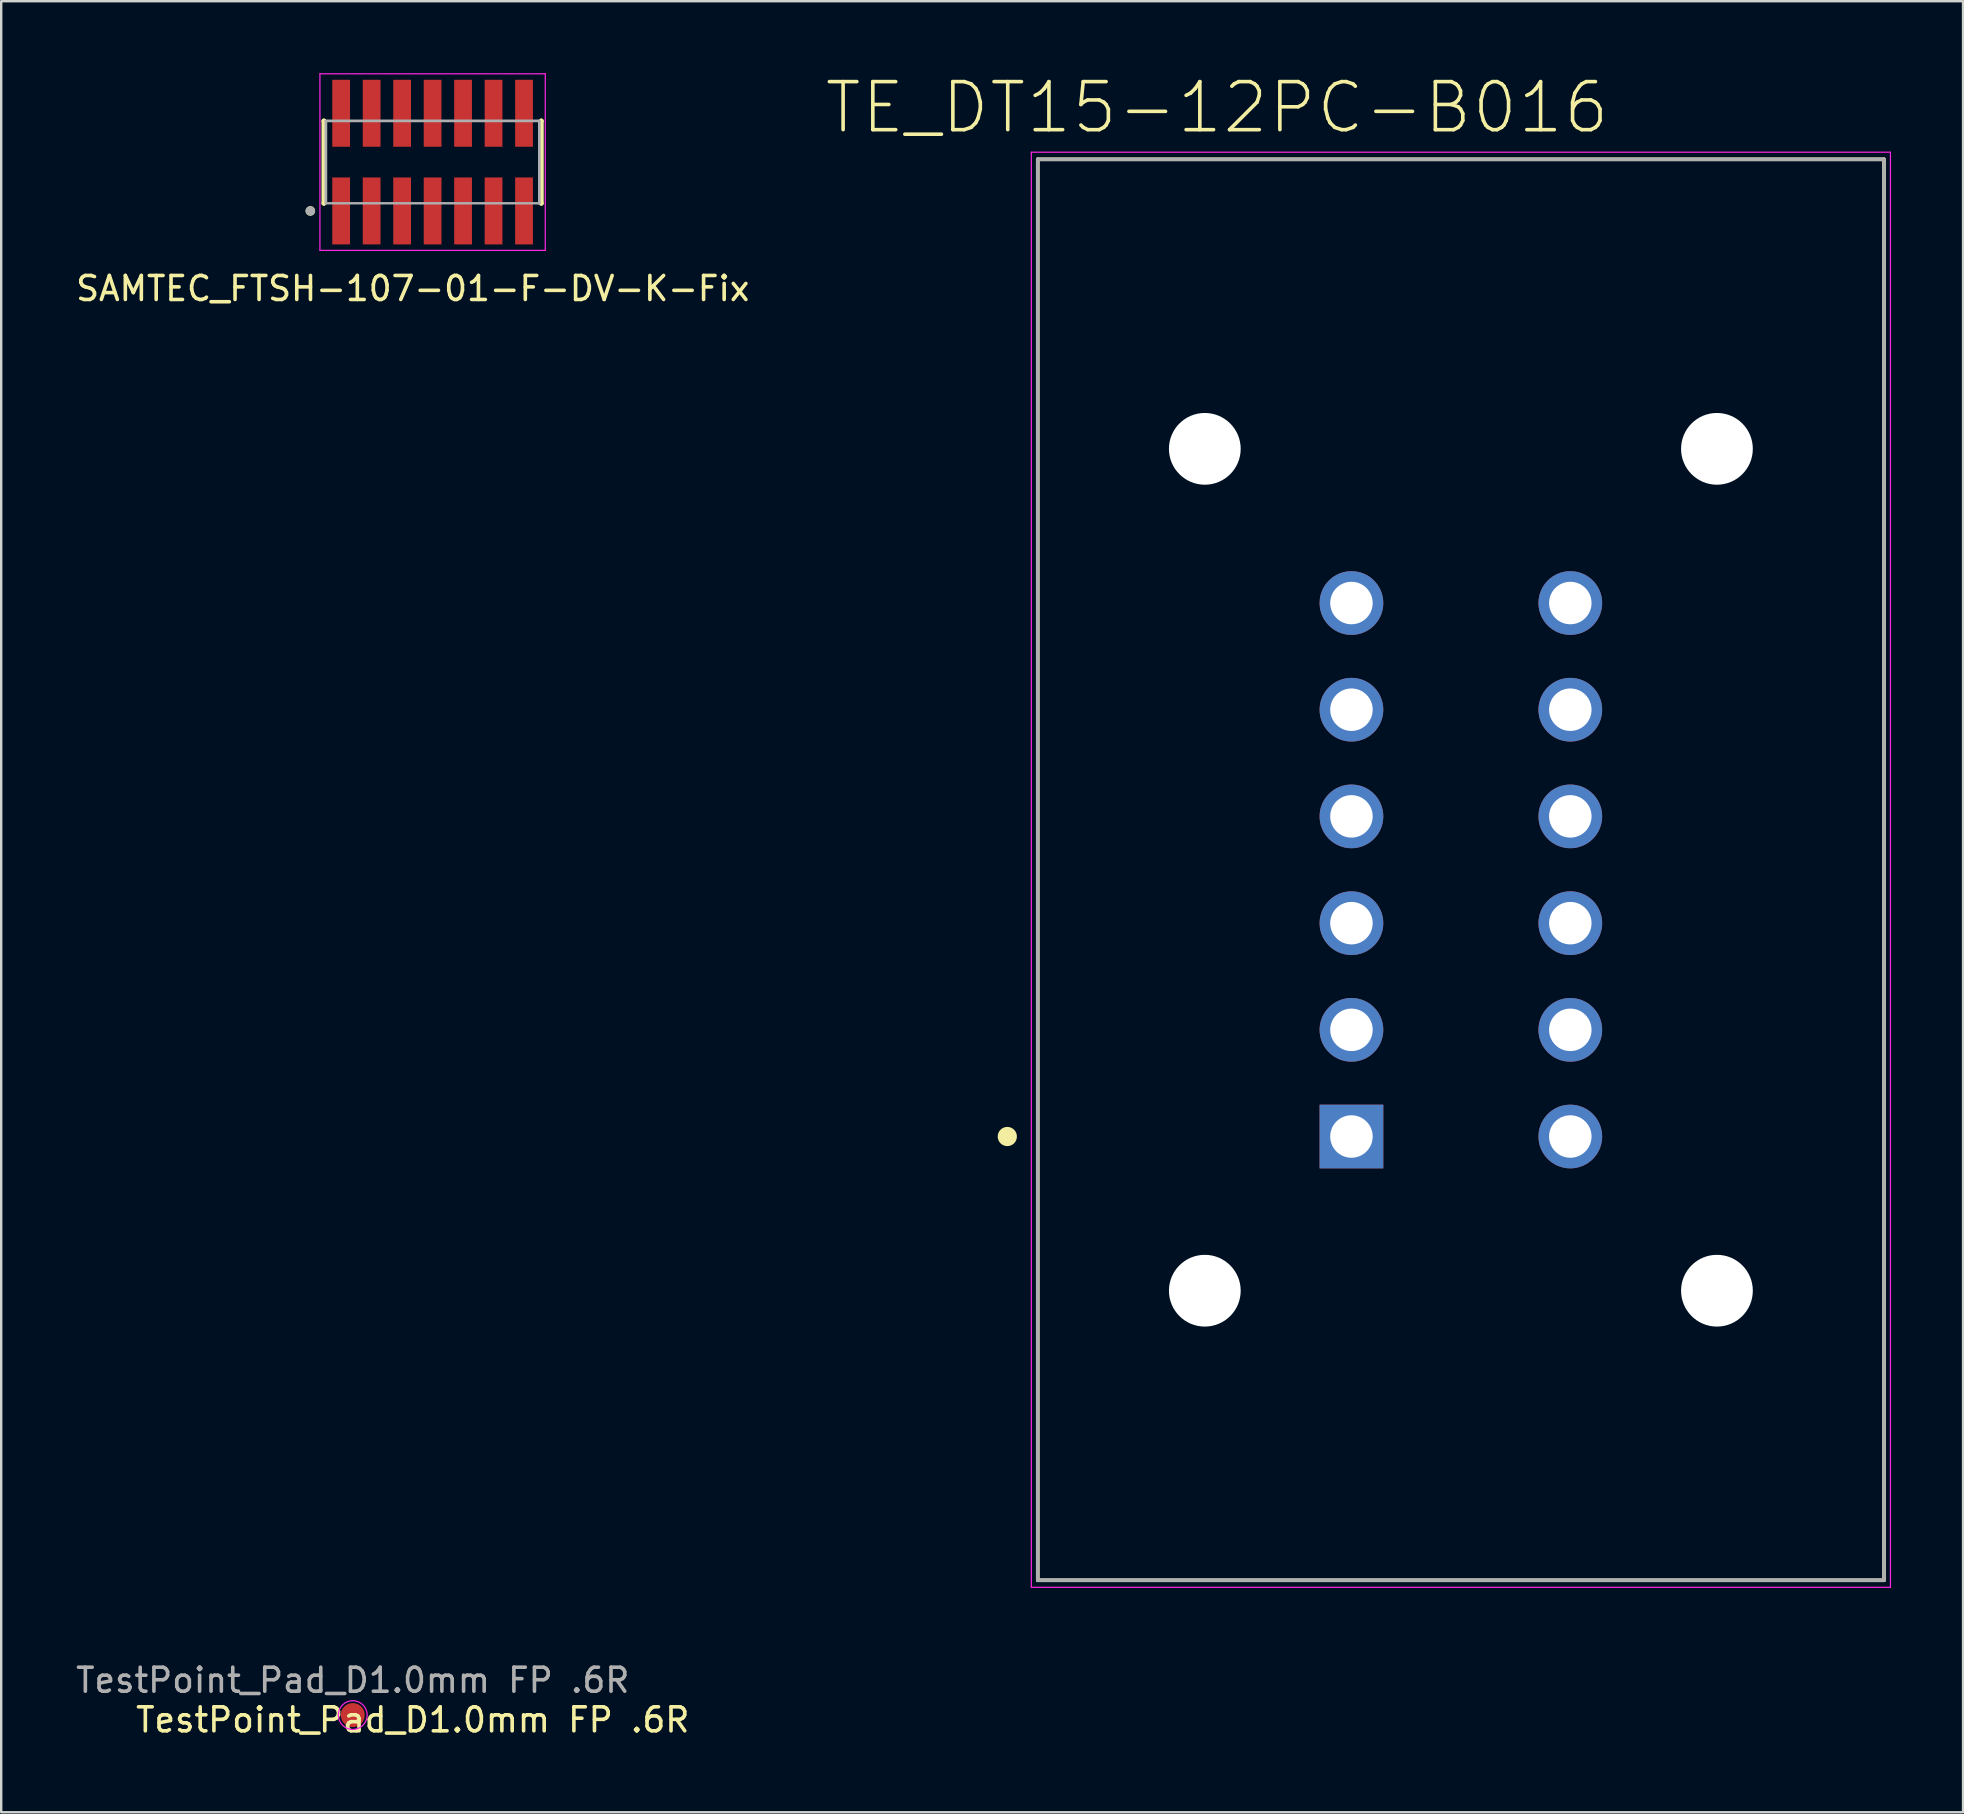
<source format=kicad_pcb>
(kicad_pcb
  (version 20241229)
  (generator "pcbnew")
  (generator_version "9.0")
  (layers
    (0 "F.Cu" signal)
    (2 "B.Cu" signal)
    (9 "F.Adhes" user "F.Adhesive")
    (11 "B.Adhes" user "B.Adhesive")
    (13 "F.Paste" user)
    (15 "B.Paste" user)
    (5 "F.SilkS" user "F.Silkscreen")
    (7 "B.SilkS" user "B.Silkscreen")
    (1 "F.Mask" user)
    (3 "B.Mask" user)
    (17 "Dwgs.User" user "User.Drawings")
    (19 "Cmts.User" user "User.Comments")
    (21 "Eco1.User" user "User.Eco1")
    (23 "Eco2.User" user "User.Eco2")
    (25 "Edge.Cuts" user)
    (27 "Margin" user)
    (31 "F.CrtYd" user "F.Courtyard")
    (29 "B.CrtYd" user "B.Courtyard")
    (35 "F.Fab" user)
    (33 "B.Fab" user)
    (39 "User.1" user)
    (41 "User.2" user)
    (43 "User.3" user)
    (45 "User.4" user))
  (footprint "TE_DT15-12PC-B016"
    (layer "F.Cu")
    (at 57.824 33.193)
    (property "Reference" "TE_DT15-12PC-B016" (at -10.163 -31.759 0) (layer "F.SilkS") (effects (font (size 2.001 2.001) (thickness 0.15))))
    (attr through_hole)
    (fp_line (start -17.63 -29.605) (end 17.63 -29.605) (stroke (width 0.152) (type solid)) (layer "F.SilkS"))
    (fp_line (start -17.63 29.605) (end -17.63 -29.605) (stroke (width 0.152) (type solid)) (layer "F.SilkS"))
    (fp_line (start 17.63 -29.605) (end 17.63 29.605) (stroke (width 0.152) (type solid)) (layer "F.SilkS"))
    (fp_line (start 17.63 29.605) (end -17.63 29.605) (stroke (width 0.152) (type solid)) (layer "F.SilkS"))
    (fp_circle (center -18.9 11.115) (end -18.7 11.115) (stroke (width 0.4) (type solid)) (fill no) (layer "F.SilkS"))
    (fp_line (start -17.9 -29.9) (end 17.9 -29.9) (stroke (width 0.05) (type solid)) (layer "F.CrtYd"))
    (fp_line (start -17.9 29.9) (end -17.9 -29.9) (stroke (width 0.05) (type solid)) (layer "F.CrtYd"))
    (fp_line (start 17.9 -29.9) (end 17.9 29.9) (stroke (width 0.05) (type solid)) (layer "F.CrtYd"))
    (fp_line (start 17.9 29.9) (end -17.9 29.9) (stroke (width 0.05) (type solid)) (layer "F.CrtYd"))
    (fp_line (start -17.63 -29.605) (end 17.63 -29.605) (stroke (width 0.152) (type solid)) (layer "F.Fab"))
    (fp_line (start -17.63 29.605) (end -17.63 -29.605) (stroke (width 0.152) (type solid)) (layer "F.Fab"))
    (fp_line (start 17.63 -29.605) (end 17.63 29.605) (stroke (width 0.152) (type solid)) (layer "F.Fab"))
    (fp_line (start 17.63 29.605) (end -17.63 29.605) (stroke (width 0.152) (type solid)) (layer "F.Fab"))
    (pad "" np_thru_hole circle (at -10.67 -17.54) (size 2.99 2.99) (drill 2.99) (layers "*.Cu" "*.Mask"))
    (pad "" np_thru_hole circle (at -10.67 17.54) (size 2.99 2.99) (drill 2.99) (layers "*.Cu" "*.Mask"))
    (pad "" np_thru_hole circle (at 10.67 -17.54) (size 2.99 2.99) (drill 2.99) (layers "*.Cu" "*.Mask"))
    (pad "" np_thru_hole circle (at 10.67 17.54) (size 2.99 2.99) (drill 2.99) (layers "*.Cu" "*.Mask"))
    (pad "1" thru_hole rect (at -4.56 11.115) (size 2.655 2.655) (drill 1.77) (layers "*.Cu" "*.Mask"))
    (pad "2" thru_hole circle (at -4.56 6.67) (size 2.655 2.655) (drill 1.77) (layers "*.Cu" "*.Mask"))
    (pad "3" thru_hole circle (at -4.56 2.225) (size 2.655 2.655) (drill 1.77) (layers "*.Cu" "*.Mask"))
    (pad "4" thru_hole circle (at -4.56 -2.225) (size 2.655 2.655) (drill 1.77) (layers "*.Cu" "*.Mask"))
    (pad "5" thru_hole circle (at -4.56 -6.67) (size 2.655 2.655) (drill 1.77) (layers "*.Cu" "*.Mask"))
    (pad "6" thru_hole circle (at -4.56 -11.115) (size 2.655 2.655) (drill 1.77) (layers "*.Cu" "*.Mask"))
    (pad "7" thru_hole circle (at 4.56 -11.115) (size 2.655 2.655) (drill 1.77) (layers "*.Cu" "*.Mask"))
    (pad "8" thru_hole circle (at 4.56 -6.67) (size 2.655 2.655) (drill 1.77) (layers "*.Cu" "*.Mask"))
    (pad "9" thru_hole circle (at 4.56 -2.225) (size 2.655 2.655) (drill 1.77) (layers "*.Cu" "*.Mask"))
    (pad "10" thru_hole circle (at 4.56 2.225) (size 2.655 2.655) (drill 1.77) (layers "*.Cu" "*.Mask"))
    (pad "11" thru_hole circle (at 4.56 6.67) (size 2.655 2.655) (drill 1.77) (layers "*.Cu" "*.Mask"))
    (pad "12" thru_hole circle (at 4.56 11.115) (size 2.655 2.655) (drill 1.77) (layers "*.Cu" "*.Mask")))
  (footprint "TestPoint_Pad_D1.0mm FP .6R"
    (layer "F.Cu")
    (at 11.649 68.416)
    (property "Reference" "TestPoint_Pad_D1.0mm FP .6R" (at 2.5 0.2 0) (layer "F.SilkS") (effects (font (size 1 1) (thickness 0.15))))
    (attr exclude_from_pos_files exclude_from_bom)
    (fp_circle (center 0 0) (end 0.6 0) (stroke (width 0.05) (type solid)) (fill no) (layer "F.CrtYd"))
    (fp_text user "${REFERENCE}" (at 0 -1.45 0) (layer "F.Fab") (effects (font (size 1 1) (thickness 0.15))))
    (pad "1" smd circle (at 0 0) (size 1 1) (layers "F.Cu" "F.Mask")))
  (footprint "SAMTEC_FTSH-107-01-F-DV-K-Fix"
    (layer "F.Cu")
    (at 14.976 3.705)
    (property "Reference" "SAMTEC_FTSH-107-01-F-DV-K-Fix" (at -0.827 5.268 0) (layer "F.SilkS") (effects (font (size 1 1) (thickness 0.15))))
    (attr smd dnp)
    (fp_line (start -4.53 -1.715) (end -4.53 -1.715) (stroke (width 0.2) (type solid)) (layer "F.SilkS"))
    (fp_line (start -4.53 1.715) (end -4.53 -1.715) (stroke (width 0.2) (type solid)) (layer "F.SilkS"))
    (fp_line (start -4.53 1.715) (end -4.53 1.715) (stroke (width 0.2) (type solid)) (layer "F.SilkS"))
    (fp_line (start 4.53 -1.715) (end 4.53 -1.715) (stroke (width 0.2) (type solid)) (layer "F.SilkS"))
    (fp_line (start 4.53 -1.715) (end 4.53 1.715) (stroke (width 0.2) (type solid)) (layer "F.SilkS"))
    (fp_line (start 4.53 1.715) (end 4.53 1.715) (stroke (width 0.2) (type solid)) (layer "F.SilkS"))
    (fp_circle (center -5.095 2.035) (end -4.995 2.035) (stroke (width 0.2) (type solid)) (fill no) (layer "F.SilkS"))
    (fp_line (start -4.695 -3.68) (end 4.695 -3.68) (stroke (width 0.05) (type solid)) (layer "F.CrtYd"))
    (fp_line (start -4.695 3.68) (end -4.695 -3.68) (stroke (width 0.05) (type solid)) (layer "F.CrtYd"))
    (fp_line (start 4.695 -3.68) (end 4.695 3.68) (stroke (width 0.05) (type solid)) (layer "F.CrtYd"))
    (fp_line (start 4.695 3.68) (end -4.695 3.68) (stroke (width 0.05) (type solid)) (layer "F.CrtYd"))
    (fp_line (start -4.445 -1.715) (end 4.445 -1.715) (stroke (width 0.1) (type solid)) (layer "F.Fab"))
    (fp_line (start -4.445 -1.715) (end 4.445 -1.715) (stroke (width 0.1) (type solid)) (layer "F.Fab"))
    (fp_line (start -4.445 1.715) (end -4.445 -1.715) (stroke (width 0.1) (type solid)) (layer "F.Fab"))
    (fp_line (start -4.445 1.715) (end -4.445 -1.715) (stroke (width 0.1) (type solid)) (layer "F.Fab"))
    (fp_line (start 4.445 -1.715) (end 4.445 1.715) (stroke (width 0.1) (type solid)) (layer "F.Fab"))
    (fp_line (start 4.445 -1.715) (end 4.445 1.715) (stroke (width 0.1) (type solid)) (layer "F.Fab"))
    (fp_line (start 4.445 1.715) (end -4.445 1.715) (stroke (width 0.1) (type solid)) (layer "F.Fab"))
    (fp_circle (center -5.095 2.035) (end -4.995 2.035) (stroke (width 0.2) (type solid)) (fill no) (layer "F.Fab"))
    (pad "1" smd rect (at -3.81 2.035) (size 0.74 2.79) (layers "F.Cu" "F.Mask" "F.Paste"))
    (pad "2" smd rect (at -3.81 -2.035) (size 0.74 2.79) (layers "F.Cu" "F.Mask" "F.Paste"))
    (pad "3" smd rect (at -2.54 2.035) (size 0.74 2.79) (layers "F.Cu" "F.Mask" "F.Paste"))
    (pad "4" smd rect (at -2.54 -2.035) (size 0.74 2.79) (layers "F.Cu" "F.Mask" "F.Paste"))
    (pad "5" smd rect (at -1.27 2.035) (size 0.74 2.79) (layers "F.Cu" "F.Mask" "F.Paste"))
    (pad "6" smd rect (at -1.27 -2.035) (size 0.74 2.79) (layers "F.Cu" "F.Mask" "F.Paste"))
    (pad "7" smd rect (at 0 2.035) (size 0.74 2.79) (layers "F.Cu" "F.Mask" "F.Paste"))
    (pad "8" smd rect (at 0 -2.035) (size 0.74 2.79) (layers "F.Cu" "F.Mask" "F.Paste"))
    (pad "9" smd rect (at 1.27 2.035) (size 0.74 2.79) (layers "F.Cu" "F.Mask" "F.Paste"))
    (pad "10" smd rect (at 1.27 -2.035) (size 0.74 2.79) (layers "F.Cu" "F.Mask" "F.Paste"))
    (pad "11" smd rect (at 2.54 2.035) (size 0.74 2.79) (layers "F.Cu" "F.Mask" "F.Paste"))
    (pad "12" smd rect (at 2.54 -2.035) (size 0.74 2.79) (layers "F.Cu" "F.Mask" "F.Paste"))
    (pad "13" smd rect (at 3.81 2.035) (size 0.74 2.79) (layers "F.Cu" "F.Mask" "F.Paste"))
    (pad "14" smd rect (at 3.81 -2.035) (size 0.74 2.79) (layers "F.Cu" "F.Mask" "F.Paste")))
  (gr_rect
    (start -3 -3)
    (end 78.749 72.465)
    (stroke (width 0.1) (type default))
    (fill no)
    (layer "Edge.Cuts")))
</source>
